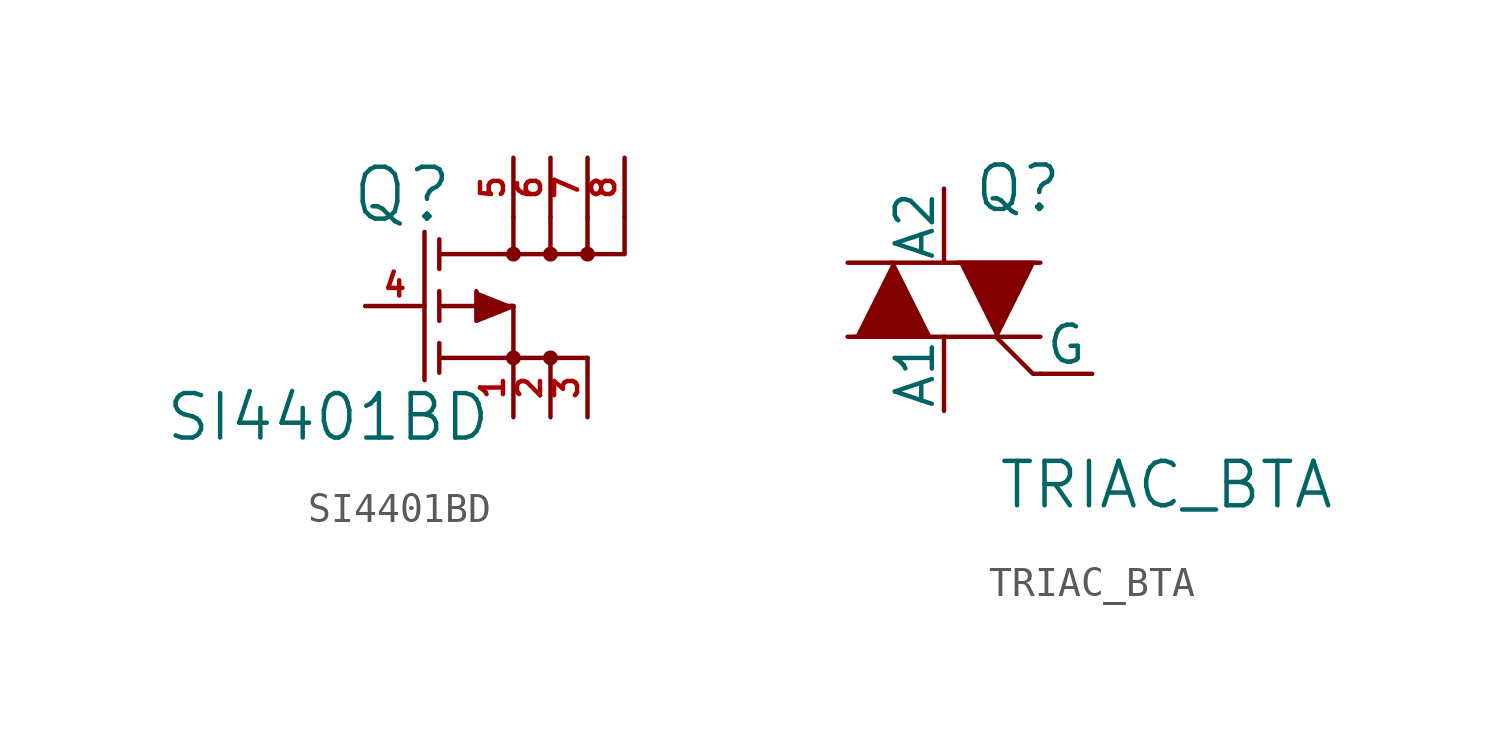
<source format=kicad_sym>
(kicad_symbol_lib
  (version 20220914)
  (generator kicad_symbol_editor)
  (symbol "SI4401BD"
    (pin_names
      (offset 0.762) hide)
    (property "Reference" "Q"
      (at -1.27 3.81 0)
      (effects (font (size 1.778 1.778))))
    (property "Value" "SI4401BD"
      (at -3.81 -3.81 0)
      (effects (font (size 1.524 1.524))))
    (property "Footprint" ""
      (at 0 0 0)
      (effects (font (size 1.524 1.524))))
    (property "Datasheet" ""
      (at 0 0 0)
      (effects (font (size 1.524 1.524))))
    (symbol "SI4401BD_0_1"
      (polyline (pts (xy 2.54 0) (xy 0 0)) (stroke (width 0) (type solid)) (fill (type none)))
      (polyline (pts (xy 2.54 3.048) (xy 2.54 1.778)) (stroke (width 0) (type solid)) (fill (type none)))
      (polyline (pts (xy 3.81 3.048) (xy 3.81 1.778)) (stroke (width 0) (type solid)) (fill (type none)))
      (polyline (pts (xy 5.08 -1.778) (xy 2.54 -1.778)) (stroke (width 0) (type solid)) (fill (type none)))
      (polyline (pts (xy 5.08 3.048) (xy 5.08 1.778)) (stroke (width 0) (type solid)) (fill (type none)))
      (polyline (pts (xy -0.508 2.54) (xy -0.508 -2.54) (xy -0.508 -2.54)) (stroke (width 0) (type solid)) (fill (type outline)))
      (polyline (pts (xy 0 -2.286) (xy 0 -1.27) (xy 0 -1.27)) (stroke (width 0) (type solid)) (fill (type outline)))
      (polyline (pts (xy 0 -0.508) (xy 0 0.508) (xy 0 0.508)) (stroke (width 0) (type solid)) (fill (type outline)))
      (polyline (pts (xy 0 1.27) (xy 0 2.286) (xy 0 2.286)) (stroke (width 0) (type solid)) (fill (type outline)))
      (polyline (pts (xy 0 1.778) (xy 2.54 1.778) (xy 2.54 1.778)) (stroke (width 0) (type solid)) (fill (type none)))
      (polyline (pts (xy 6.35 3.048) (xy 6.35 1.778) (xy 2.54 1.778)) (stroke (width 0) (type solid)) (fill (type none)))
      (polyline (pts (xy 1.27 0.508) (xy 1.27 -0.508) (xy 2.54 0) (xy 2.54 0)) (stroke (width 0) (type solid)) (fill (type outline)))
      (polyline (pts (xy 0 -1.778) (xy 2.54 -1.778) (xy 2.54 0) (xy 1.27 0) (xy 1.27 0)) (stroke (width 0) (type solid)) (fill (type none)))
      (circle (center 2.54 -1.778) (radius 0.178) (stroke (width 0) (type solid)) (fill (type outline)))
      (circle (center 2.54 1.778) (radius 0.178) (stroke (width 0) (type solid)) (fill (type outline)))
      (circle (center 3.81 -1.778) (radius 0.178) (stroke (width 0) (type solid)) (fill (type outline)))
      (circle (center 3.81 1.778) (radius 0.178) (stroke (width 0) (type solid)) (fill (type outline)))
      (circle (center 5.08 1.778) (radius 0.178) (stroke (width 0) (type solid)) (fill (type outline))))
    (symbol "SI4401BD_1_1"
      (pin passive line (at 2.54 -3.81 90) (length 2.032) (name "S" (effects (font (size 1.016 1.016)))) (number "1" (effects (font (size 0.787 0.787)))))
      (pin passive line (at 3.81 -3.81 90) (length 2.032) (name "S" (effects (font (size 1.016 1.016)))) (number "2" (effects (font (size 0.787 0.787)))))
      (pin passive line (at 5.08 -3.81 90) (length 2.032) (name "S" (effects (font (size 1.016 1.016)))) (number "3" (effects (font (size 0.787 0.787)))))
      (pin input line (at -2.54 0 0) (length 2.032) (name "G" (effects (font (size 1.016 1.016)))) (number "4" (effects (font (size 0.787 0.787)))))
      (pin passive line (at 2.54 5.08 270) (length 2.032) (name "D" (effects (font (size 0.787 0.787)))) (number "5" (effects (font (size 0.787 0.787)))))
      (pin passive line (at 3.81 5.08 270) (length 2.032) (name "D" (effects (font (size 1.016 1.016)))) (number "6" (effects (font (size 0.787 0.787)))))
      (pin passive line (at 5.08 5.08 270) (length 2.032) (name "D" (effects (font (size 1.016 1.016)))) (number "7" (effects (font (size 0.787 0.787)))))
      (pin passive line (at 6.35 5.08 270) (length 2.032) (name "D" (effects (font (size 1.016 1.016)))) (number "8" (effects (font (size 0.787 0.787)))))))
  (symbol "TRIAC_BTA"
    (pin_numbers hide)
    (pin_names
      (offset 0))
    (property "Reference" "Q"
      (at 2.54 3.81 0)
      (effects (font (size 1.524 1.524))))
    (property "Value" "TRIAC_BTA"
      (at 7.62 -6.35 0)
      (effects (font (size 1.524 1.524))))
    (property "Footprint" ""
      (at 0 0 0)
      (effects (font (size 1.524 1.524))))
    (property "Datasheet" ""
      (at 0 0 0)
      (effects (font (size 1.524 1.524))))
    (symbol "TRIAC_BTA_0_1"
      (polyline (pts (xy -3.302 1.27) (xy 3.302 1.27) (xy 3.302 1.27)) (stroke (width 0) (type solid)) (fill (type none)))
      (polyline (pts (xy 3.302 -1.27) (xy -3.302 -1.27) (xy -3.302 -1.27)) (stroke (width 0) (type solid)) (fill (type none)))
      (polyline (pts (xy -3.048 -1.27) (xy -0.508 -1.27) (xy -1.778 1.27) (xy -1.778 1.27)) (stroke (width 0) (type solid)) (fill (type outline)))
      (polyline (pts (xy 0.508 1.27) (xy 3.048 1.27) (xy 1.778 -1.27) (xy 1.778 -1.27)) (stroke (width 0) (type solid)) (fill (type outline)))
      (polyline (pts (xy 1.778 -1.27) (xy 3.048 -2.54) (xy 3.302 -2.54) (xy 3.302 -2.54)) (stroke (width 0) (type solid)) (fill (type none))))
    (symbol "TRIAC_BTA_1_1"
      (pin input line (at 5.08 -2.54 180) (length 1.778) (name "G" (effects (font (size 1.27 1.27)))) (number "1" (effects (font (size 1.27 1.27)))))
      (pin input line (at 0 3.81 270) (length 2.54) (name "A2" (effects (font (size 1.27 1.27)))) (number "2" (effects (font (size 1.27 1.27)))))
      (pin input line (at 0 -3.81 90) (length 2.54) (name "A1" (effects (font (size 1.27 1.27)))) (number "3" (effects (font (size 1.27 1.27))))))))
</source>
